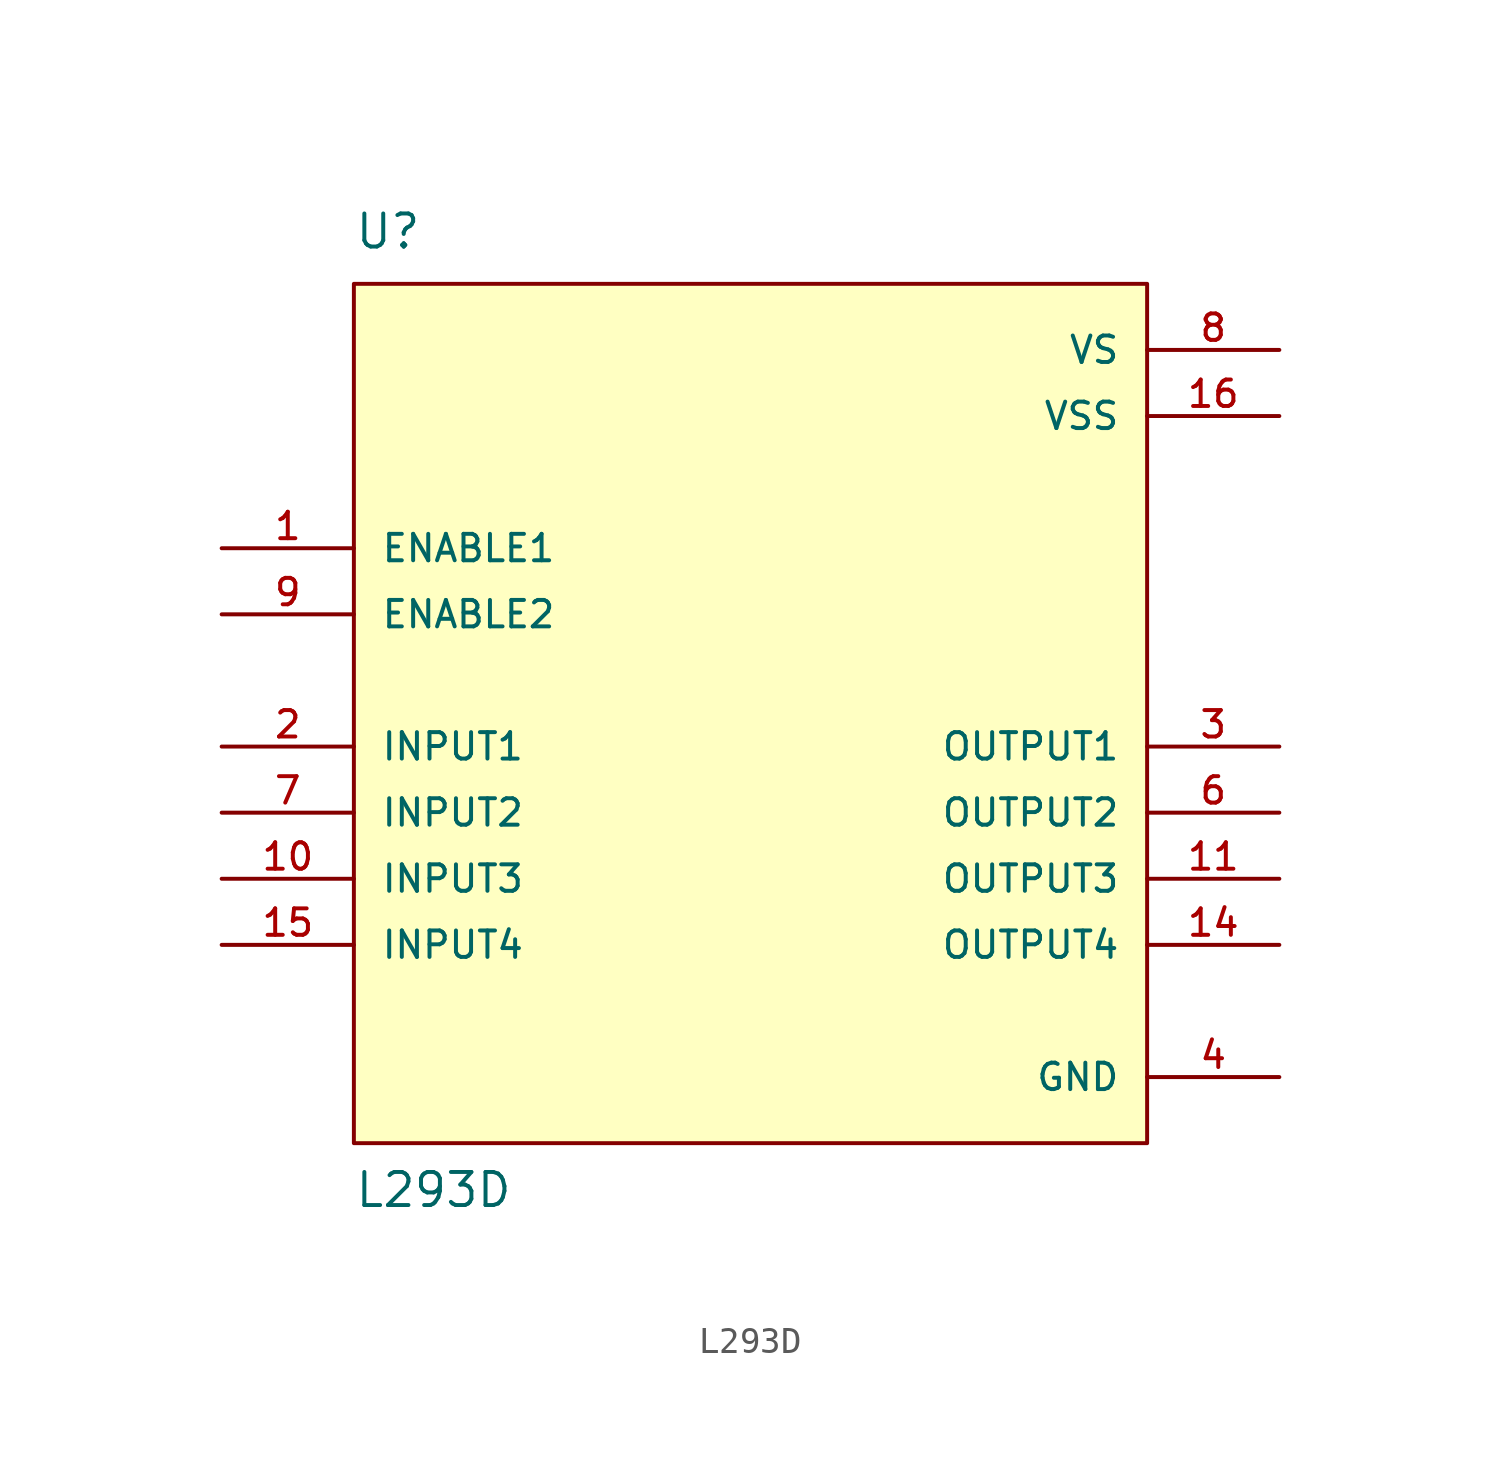
<source format=kicad_sym>
(kicad_symbol_lib
  (version 20211014)
  (generator kicad_symbol_editor)
  (symbol "L293D"
    (pin_names
      (offset 1.016))
    (property "Reference" "U"
      (at -15.24 16.51 0)
      (effects (font (size 1.27 1.27)) (justify bottom left)))
    (property "Value" "L293D"
      (at -15.24 -20.32 0)
      (effects (font (size 1.27 1.27)) (justify bottom left)))
    (symbol "L293D_0_0"
      (rectangle (start -15.24 -17.78) (end 15.24 15.24) (stroke (width 0.152)) (fill (type background)))
      (pin input line (at -20.32 5.08 0) (length 5.08) (name "ENABLE1" (effects (font (size 1.016 1.016)))) (number "1" (effects (font (size 1.016 1.016)))))
      (pin input line (at -20.32 -2.54 0) (length 5.08) (name "INPUT1" (effects (font (size 1.016 1.016)))) (number "2" (effects (font (size 1.016 1.016)))))
      (pin output line (at 20.32 -2.54 180.0) (length 5.08) (name "OUTPUT1" (effects (font (size 1.016 1.016)))) (number "3" (effects (font (size 1.016 1.016)))))
      (pin power_in line (at 20.32 -15.24 180.0) (length 5.08) (name "GND" (effects (font (size 1.016 1.016)))) (number "4" (effects (font (size 1.016 1.016)))))
      (pin power_in line (at 20.32 -15.24 180.0) (length 5.08) hide (name "GND" (effects (font (size 1.016 1.016)))) (number "5" (effects (font (size 1.016 1.016)))))
      (pin power_in line (at 20.32 -15.24 180.0) (length 5.08) hide (name "GND" (effects (font (size 1.016 1.016)))) (number "12" (effects (font (size 1.016 1.016)))))
      (pin power_in line (at 20.32 -15.24 180.0) (length 5.08) hide (name "GND" (effects (font (size 1.016 1.016)))) (number "13" (effects (font (size 1.016 1.016)))))
      (pin output line (at 20.32 -5.08 180.0) (length 5.08) (name "OUTPUT2" (effects (font (size 1.016 1.016)))) (number "6" (effects (font (size 1.016 1.016)))))
      (pin input line (at -20.32 -5.08 0) (length 5.08) (name "INPUT2" (effects (font (size 1.016 1.016)))) (number "7" (effects (font (size 1.016 1.016)))))
      (pin input line (at -20.32 -7.62 0) (length 5.08) (name "INPUT3" (effects (font (size 1.016 1.016)))) (number "10" (effects (font (size 1.016 1.016)))))
      (pin input line (at -20.32 -10.16 0) (length 5.08) (name "INPUT4" (effects (font (size 1.016 1.016)))) (number "15" (effects (font (size 1.016 1.016)))))
      (pin output line (at 20.32 -7.62 180.0) (length 5.08) (name "OUTPUT3" (effects (font (size 1.016 1.016)))) (number "11" (effects (font (size 1.016 1.016)))))
      (pin output line (at 20.32 -10.16 180.0) (length 5.08) (name "OUTPUT4" (effects (font (size 1.016 1.016)))) (number "14" (effects (font (size 1.016 1.016)))))
      (pin input line (at -20.32 2.54 0) (length 5.08) (name "ENABLE2" (effects (font (size 1.016 1.016)))) (number "9" (effects (font (size 1.016 1.016)))))
      (pin power_in line (at 20.32 12.7 180.0) (length 5.08) (name "VS" (effects (font (size 1.016 1.016)))) (number "8" (effects (font (size 1.016 1.016)))))
      (pin power_in line (at 20.32 10.16 180.0) (length 5.08) (name "VSS" (effects (font (size 1.016 1.016)))) (number "16" (effects (font (size 1.016 1.016))))))))
</source>
